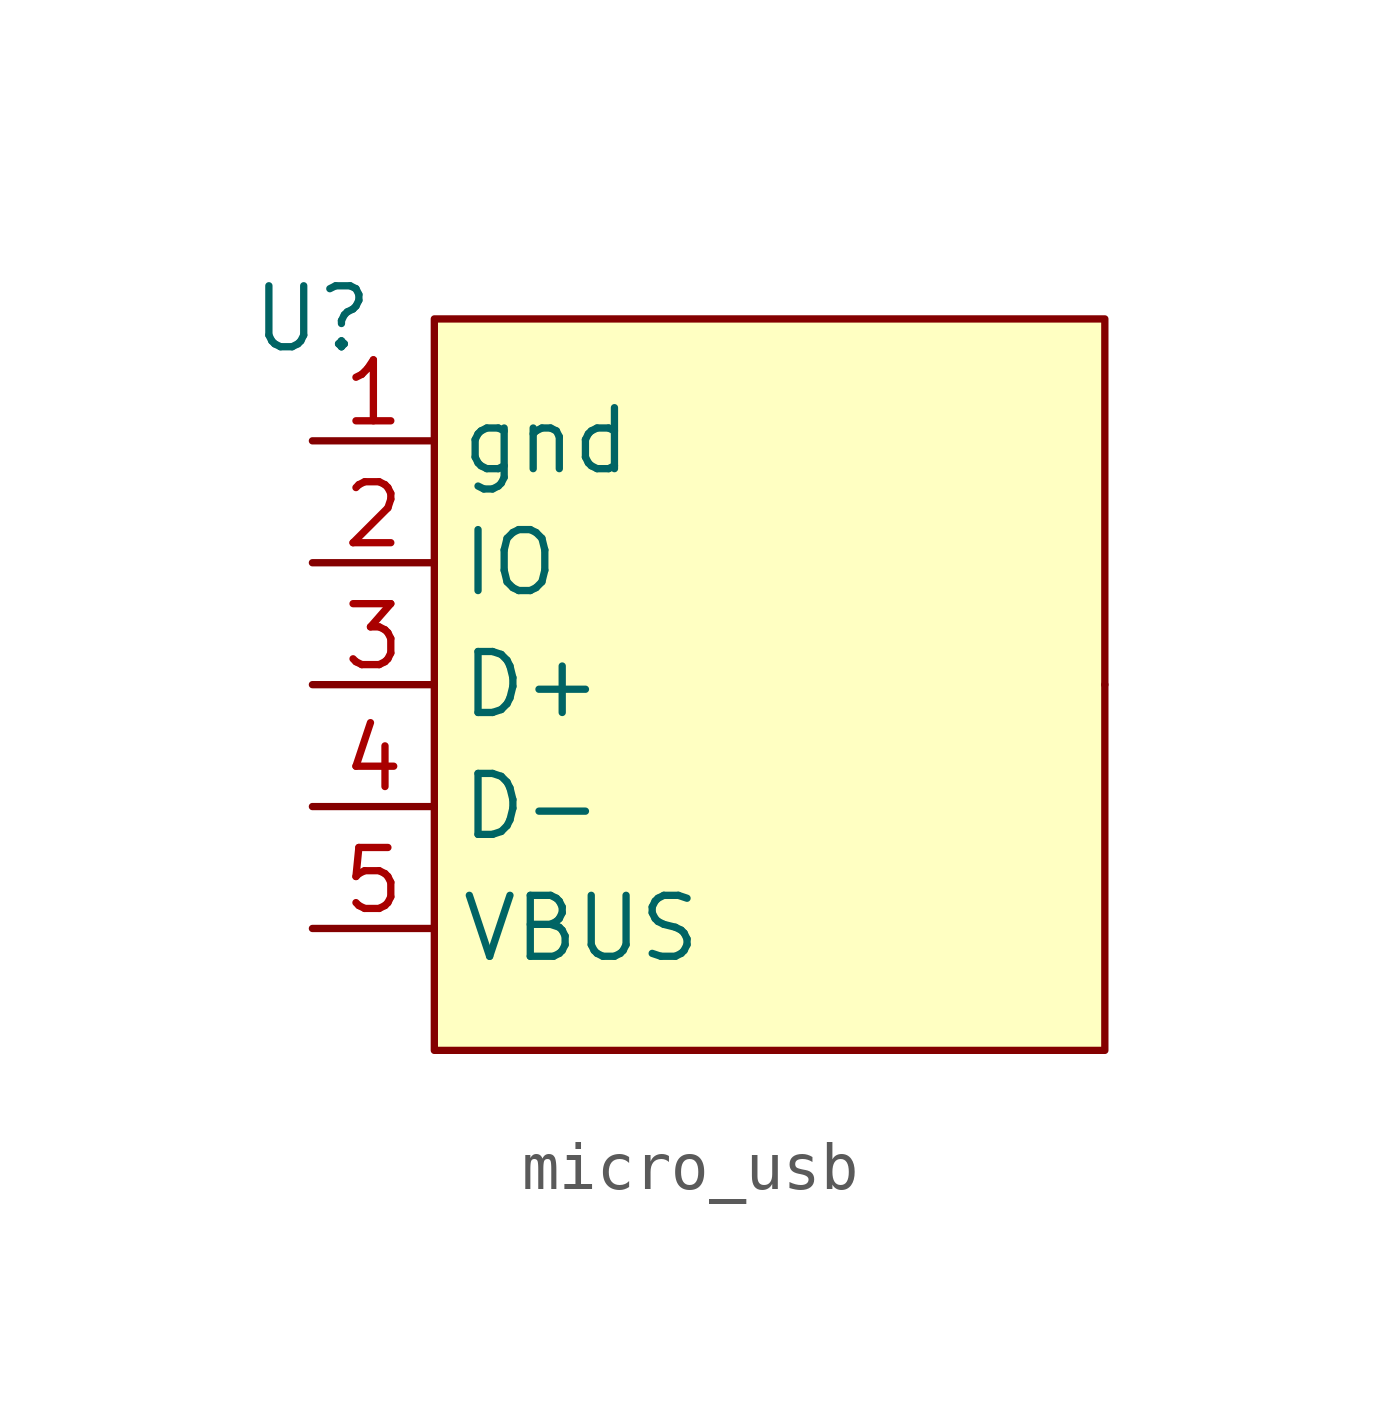
<source format=kicad_sym>
(kicad_symbol_lib
  (version 20231120)
  (generator "kicad_symbol_editor")
  (generator_version "8.0")
  (symbol "micro_usb"
    (property "Reference" "U"
      (at 0 0 0)
      (effects (font (size 1.27 1.27))))
    (property "Value" ""
      (at 0 0 0)
      (effects (font (size 1.27 1.27))))
    (symbol "micro_usb_0_1"
      (rectangle (start 16.51 -7.62) (end 16.51 -7.62) (stroke (width 0) (type default)) (fill (type none))))
    (symbol "micro_usb_1_1"
      (rectangle (start 2.54 0) (end 16.51 -15.24) (stroke (width 0) (type default)) (fill (type background)))
      (pin input line (at 0 -2.54 0) (length 2.54) (name "gnd" (effects (font (size 1.27 1.27)))) (number "1" (effects (font (size 1.27 1.27)))))
      (pin input line (at 0 -5.08 0) (length 2.54) (name "IO" (effects (font (size 1.27 1.27)))) (number "2" (effects (font (size 1.27 1.27)))))
      (pin input line (at 0 -7.62 0) (length 2.54) (name "D+" (effects (font (size 1.27 1.27)))) (number "3" (effects (font (size 1.27 1.27)))))
      (pin input line (at 0 -10.16 0) (length 2.54) (name "D-" (effects (font (size 1.27 1.27)))) (number "4" (effects (font (size 1.27 1.27)))))
      (pin input line (at 0 -12.7 0) (length 2.54) (name "VBUS" (effects (font (size 1.27 1.27)))) (number "5" (effects (font (size 1.27 1.27))))))))
</source>
